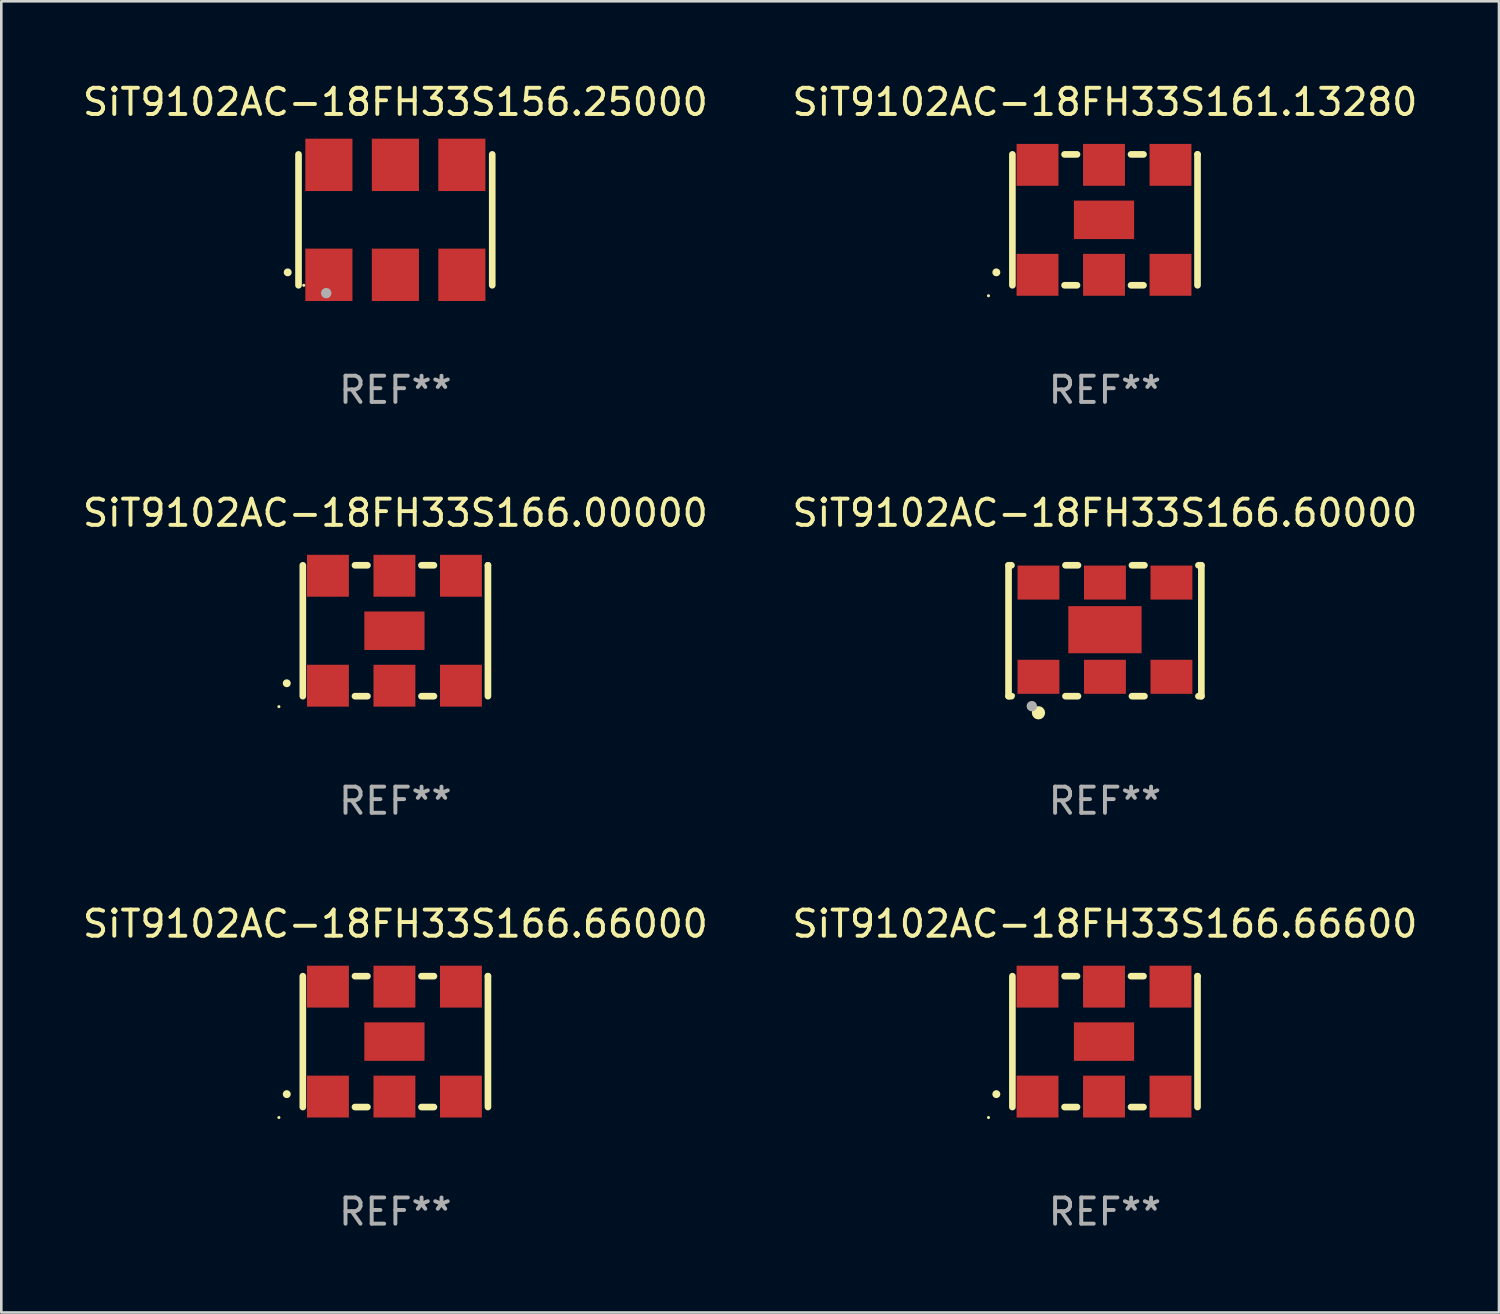
<source format=kicad_pcb>
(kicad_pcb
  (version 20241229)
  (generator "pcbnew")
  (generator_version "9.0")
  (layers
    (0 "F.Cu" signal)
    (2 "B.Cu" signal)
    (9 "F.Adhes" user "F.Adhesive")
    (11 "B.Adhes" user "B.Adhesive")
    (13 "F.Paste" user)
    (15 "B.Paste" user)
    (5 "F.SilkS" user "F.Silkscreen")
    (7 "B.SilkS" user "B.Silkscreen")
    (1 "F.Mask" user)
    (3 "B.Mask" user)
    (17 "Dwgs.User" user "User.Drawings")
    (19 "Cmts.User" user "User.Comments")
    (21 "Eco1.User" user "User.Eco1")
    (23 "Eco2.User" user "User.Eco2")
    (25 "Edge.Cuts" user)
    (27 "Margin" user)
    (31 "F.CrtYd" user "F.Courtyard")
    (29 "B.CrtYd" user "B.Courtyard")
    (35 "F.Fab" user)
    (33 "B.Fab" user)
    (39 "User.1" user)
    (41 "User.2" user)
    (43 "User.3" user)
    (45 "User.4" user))
  (footprint "SiT9102AC-18FH33S166.66600"
    (layer "F.Cu")
    (at 39.161 36.741)
    (property "Reference" "SiT9102AC-18FH33S166.66600" (at 0 -4.5 0) (layer "F.SilkS") (effects (font (size 1 1) (thickness 0.15))))
    (attr through_hole)
    (fp_line (start -3.536 -2.5) (end -3.536 2.5) (stroke (width 0.254) (type solid)) (layer "F.SilkS"))
    (fp_line (start -1.544 2.5) (end -1.067 2.5) (stroke (width 0.254) (type solid)) (layer "F.SilkS"))
    (fp_line (start -1.067 -2.5) (end -1.544 -2.5) (stroke (width 0.254) (type solid)) (layer "F.SilkS"))
    (fp_line (start 0.996 2.5) (end 1.473 2.5) (stroke (width 0.254) (type solid)) (layer "F.SilkS"))
    (fp_line (start 1.473 -2.5) (end 0.996 -2.5) (stroke (width 0.254) (type solid)) (layer "F.SilkS"))
    (fp_line (start 3.536 -2.5) (end 3.536 -2.5) (stroke (width 0.254) (type solid)) (layer "F.SilkS"))
    (fp_line (start 3.536 2.5) (end 3.536 -2.5) (stroke (width 0.254) (type solid)) (layer "F.SilkS"))
    (fp_arc (start -4.150432 2.006604) (mid -4.149162 2.006599) (end -4.147892 2.006604) (stroke (width 0.3) (type solid)) (layer "F.SilkS"))
    (fp_circle (center -4.449 2.9) (end -4.419 2.9) (stroke (width 0.06) (type solid)) (fill no) (layer "F.SilkS"))
    (fp_text user "REF**" (at 0 6.5 0) (layer "F.Fab") (effects (font (size 1 1) (thickness 0.15))))
    (pad "1" smd rect (at -2.576 2.1) (size 1.6 1.6) (layers "F.Cu" "F.Mask" "F.Paste"))
    (pad "2" smd rect (at -0.036 2.1) (size 1.6 1.6) (layers "F.Cu" "F.Mask" "F.Paste"))
    (pad "3" smd rect (at 2.504 2.1) (size 1.6 1.6) (layers "F.Cu" "F.Mask" "F.Paste"))
    (pad "4" smd rect (at 2.504 -2.1) (size 1.6 1.6) (layers "F.Cu" "F.Mask" "F.Paste"))
    (pad "5" smd rect (at -0.036 -2.1) (size 1.6 1.6) (layers "F.Cu" "F.Mask" "F.Paste"))
    (pad "6" smd rect (at -2.576 -2.1) (size 1.6 1.6) (layers "F.Cu" "F.Mask" "F.Paste"))
    (pad "7" smd rect (at -0.036 0) (size 2.3 1.47) (layers "F.Cu" "F.Mask" "F.Paste")))
  (footprint "SiT9102AC-18FH33S166.60000"
    (layer "F.Cu")
    (at 39.161 21.045)
    (property "Reference" "SiT9102AC-18FH33S166.60000" (at 0 -4.5 0) (layer "F.SilkS") (effects (font (size 1 1) (thickness 0.15))))
    (attr through_hole)
    (fp_line (start -3.683 -2.5) (end -3.571 -2.5) (stroke (width 0.254) (type solid)) (layer "F.SilkS"))
    (fp_line (start -3.683 2.5) (end -3.683 -2.5) (stroke (width 0.254) (type solid)) (layer "F.SilkS"))
    (fp_line (start -3.683 2.5) (end -3.571 2.5) (stroke (width 0.254) (type solid)) (layer "F.SilkS"))
    (fp_line (start -1.509 -2.5) (end -1.031 -2.5) (stroke (width 0.254) (type solid)) (layer "F.SilkS"))
    (fp_line (start -1.509 2.5) (end -1.031 2.5) (stroke (width 0.254) (type solid)) (layer "F.SilkS"))
    (fp_line (start 1.031 -2.5) (end 1.509 -2.5) (stroke (width 0.254) (type solid)) (layer "F.SilkS"))
    (fp_line (start 1.031 2.5) (end 1.509 2.5) (stroke (width 0.254) (type solid)) (layer "F.SilkS"))
    (fp_line (start 3.571 -2.5) (end 3.683 -2.5) (stroke (width 0.254) (type solid)) (layer "F.SilkS"))
    (fp_line (start 3.571 2.5) (end 3.683 2.5) (stroke (width 0.254) (type solid)) (layer "F.SilkS"))
    (fp_line (start 3.683 2.5) (end 3.683 -2.5) (stroke (width 0.254) (type solid)) (layer "F.SilkS"))
    (fp_circle (center -3.5 2.46) (end -3.47 2.46) (stroke (width 0.06) (type solid)) (fill no) (layer "F.SilkS"))
    (fp_circle (center -2.54 3.135) (end -2.413 3.135) (stroke (width 0.254) (type solid)) (fill no) (layer "F.SilkS"))
    (fp_circle (center -2.794 2.881) (end -2.694 2.881) (stroke (width 0.2) (type solid)) (fill no) (layer "F.Fab"))
    (fp_text user "REF**" (at 0 6.5 0) (layer "F.Fab") (effects (font (size 1 1) (thickness 0.15))))
    (pad "1" smd rect (at -2.54 1.76) (size 1.6 1.3) (layers "F.Cu" "F.Mask" "F.Paste"))
    (pad "2" smd rect (at 0 1.76) (size 1.6 1.3) (layers "F.Cu" "F.Mask" "F.Paste"))
    (pad "3" smd rect (at 2.54 1.76) (size 1.6 1.3) (layers "F.Cu" "F.Mask" "F.Paste"))
    (pad "4" smd rect (at 2.54 -1.84) (size 1.6 1.3) (layers "F.Cu" "F.Mask" "F.Paste"))
    (pad "5" smd rect (at 0 -1.84) (size 1.6 1.3) (layers "F.Cu" "F.Mask" "F.Paste"))
    (pad "6" smd rect (at -2.54 -1.84) (size 1.6 1.3) (layers "F.Cu" "F.Mask" "F.Paste"))
    (pad "7" smd rect (at 0 -0.04) (size 2.8 1.8) (layers "F.Cu" "F.Mask" "F.Paste")))
  (footprint "SiT9102AC-18FH33S156.25000"
    (layer "F.Cu")
    (at 12.054 5.348)
    (property "Reference" "SiT9102AC-18FH33S156.25000" (at 0 -4.5 0) (layer "F.SilkS") (effects (font (size 1 1) (thickness 0.15))))
    (attr through_hole)
    (fp_line (start -3.7 -2.5) (end -3.7 2.5) (stroke (width 0.254) (type solid)) (layer "F.SilkS"))
    (fp_line (start 3.7 -2.5) (end 3.7 2.5) (stroke (width 0.254) (type solid)) (layer "F.SilkS"))
    (fp_arc (start -4.114415 2.006604) (mid -4.113145 2.006599) (end -4.111875 2.006604) (stroke (width 0.3) (type solid)) (layer "F.SilkS"))
    (fp_circle (center -3.5 2.501) (end -3.47 2.501) (stroke (width 0.06) (type solid)) (fill no) (layer "F.SilkS"))
    (fp_circle (center -2.641 2.799) (end -2.541 2.799) (stroke (width 0.2) (type solid)) (fill no) (layer "F.Fab"))
    (fp_text user "REF**" (at 0 6.5 0) (layer "F.Fab") (effects (font (size 1 1) (thickness 0.15))))
    (pad "1" smd rect (at -2.54 2.1) (size 1.8 2) (layers "F.Cu" "F.Mask" "F.Paste"))
    (pad "2" smd rect (at 0.000394 2.1) (size 1.8 2) (layers "F.Cu" "F.Mask" "F.Paste"))
    (pad "3" smd rect (at 2.54 2.1) (size 1.8 2) (layers "F.Cu" "F.Mask" "F.Paste"))
    (pad "4" smd rect (at 2.54 -2.1) (size 1.8 2) (layers "F.Cu" "F.Mask" "F.Paste"))
    (pad "5" smd rect (at 0.000394 -2.1) (size 1.8 2) (layers "F.Cu" "F.Mask" "F.Paste"))
    (pad "6" smd rect (at -2.54 -2.1) (size 1.8 2) (layers "F.Cu" "F.Mask" "F.Paste")))
  (footprint "SiT9102AC-18FH33S166.00000"
    (layer "F.Cu")
    (at 12.054 21.045)
    (property "Reference" "SiT9102AC-18FH33S166.00000" (at 0 -4.5 0) (layer "F.SilkS") (effects (font (size 1 1) (thickness 0.15))))
    (attr through_hole)
    (fp_line (start -3.536 -2.5) (end -3.536 2.5) (stroke (width 0.254) (type solid)) (layer "F.SilkS"))
    (fp_line (start -1.544 2.5) (end -1.067 2.5) (stroke (width 0.254) (type solid)) (layer "F.SilkS"))
    (fp_line (start -1.067 -2.5) (end -1.544 -2.5) (stroke (width 0.254) (type solid)) (layer "F.SilkS"))
    (fp_line (start 0.996 2.5) (end 1.473 2.5) (stroke (width 0.254) (type solid)) (layer "F.SilkS"))
    (fp_line (start 1.473 -2.5) (end 0.996 -2.5) (stroke (width 0.254) (type solid)) (layer "F.SilkS"))
    (fp_line (start 3.536 -2.5) (end 3.536 -2.5) (stroke (width 0.254) (type solid)) (layer "F.SilkS"))
    (fp_line (start 3.536 2.5) (end 3.536 -2.5) (stroke (width 0.254) (type solid)) (layer "F.SilkS"))
    (fp_arc (start -4.150432 2.006604) (mid -4.149162 2.006599) (end -4.147892 2.006604) (stroke (width 0.3) (type solid)) (layer "F.SilkS"))
    (fp_circle (center -4.449 2.9) (end -4.419 2.9) (stroke (width 0.06) (type solid)) (fill no) (layer "F.SilkS"))
    (fp_text user "REF**" (at 0 6.5 0) (layer "F.Fab") (effects (font (size 1 1) (thickness 0.15))))
    (pad "1" smd rect (at -2.576 2.1) (size 1.6 1.6) (layers "F.Cu" "F.Mask" "F.Paste"))
    (pad "2" smd rect (at -0.036 2.1) (size 1.6 1.6) (layers "F.Cu" "F.Mask" "F.Paste"))
    (pad "3" smd rect (at 2.504 2.1) (size 1.6 1.6) (layers "F.Cu" "F.Mask" "F.Paste"))
    (pad "4" smd rect (at 2.504 -2.1) (size 1.6 1.6) (layers "F.Cu" "F.Mask" "F.Paste"))
    (pad "5" smd rect (at -0.036 -2.1) (size 1.6 1.6) (layers "F.Cu" "F.Mask" "F.Paste"))
    (pad "6" smd rect (at -2.576 -2.1) (size 1.6 1.6) (layers "F.Cu" "F.Mask" "F.Paste"))
    (pad "7" smd rect (at -0.036 0) (size 2.3 1.47) (layers "F.Cu" "F.Mask" "F.Paste")))
  (footprint "SiT9102AC-18FH33S161.13280"
    (layer "F.Cu")
    (at 39.161 5.348)
    (property "Reference" "SiT9102AC-18FH33S161.13280" (at 0 -4.5 0) (layer "F.SilkS") (effects (font (size 1 1) (thickness 0.15))))
    (attr through_hole)
    (fp_line (start -3.536 -2.5) (end -3.536 2.5) (stroke (width 0.254) (type solid)) (layer "F.SilkS"))
    (fp_line (start -1.544 2.5) (end -1.067 2.5) (stroke (width 0.254) (type solid)) (layer "F.SilkS"))
    (fp_line (start -1.067 -2.5) (end -1.544 -2.5) (stroke (width 0.254) (type solid)) (layer "F.SilkS"))
    (fp_line (start 0.996 2.5) (end 1.473 2.5) (stroke (width 0.254) (type solid)) (layer "F.SilkS"))
    (fp_line (start 1.473 -2.5) (end 0.996 -2.5) (stroke (width 0.254) (type solid)) (layer "F.SilkS"))
    (fp_line (start 3.536 -2.5) (end 3.536 -2.5) (stroke (width 0.254) (type solid)) (layer "F.SilkS"))
    (fp_line (start 3.536 2.5) (end 3.536 -2.5) (stroke (width 0.254) (type solid)) (layer "F.SilkS"))
    (fp_arc (start -4.150432 2.006604) (mid -4.149162 2.006599) (end -4.147892 2.006604) (stroke (width 0.3) (type solid)) (layer "F.SilkS"))
    (fp_circle (center -4.449 2.9) (end -4.419 2.9) (stroke (width 0.06) (type solid)) (fill no) (layer "F.SilkS"))
    (fp_text user "REF**" (at 0 6.5 0) (layer "F.Fab") (effects (font (size 1 1) (thickness 0.15))))
    (pad "1" smd rect (at -2.576 2.1) (size 1.6 1.6) (layers "F.Cu" "F.Mask" "F.Paste"))
    (pad "2" smd rect (at -0.036 2.1) (size 1.6 1.6) (layers "F.Cu" "F.Mask" "F.Paste"))
    (pad "3" smd rect (at 2.504 2.1) (size 1.6 1.6) (layers "F.Cu" "F.Mask" "F.Paste"))
    (pad "4" smd rect (at 2.504 -2.1) (size 1.6 1.6) (layers "F.Cu" "F.Mask" "F.Paste"))
    (pad "5" smd rect (at -0.036 -2.1) (size 1.6 1.6) (layers "F.Cu" "F.Mask" "F.Paste"))
    (pad "6" smd rect (at -2.576 -2.1) (size 1.6 1.6) (layers "F.Cu" "F.Mask" "F.Paste"))
    (pad "7" smd rect (at -0.036 0) (size 2.3 1.47) (layers "F.Cu" "F.Mask" "F.Paste")))
  (footprint "SiT9102AC-18FH33S166.66000"
    (layer "F.Cu")
    (at 12.054 36.741)
    (property "Reference" "SiT9102AC-18FH33S166.66000" (at 0 -4.5 0) (layer "F.SilkS") (effects (font (size 1 1) (thickness 0.15))))
    (attr through_hole)
    (fp_line (start -3.536 -2.5) (end -3.536 2.5) (stroke (width 0.254) (type solid)) (layer "F.SilkS"))
    (fp_line (start -1.544 2.5) (end -1.067 2.5) (stroke (width 0.254) (type solid)) (layer "F.SilkS"))
    (fp_line (start -1.067 -2.5) (end -1.544 -2.5) (stroke (width 0.254) (type solid)) (layer "F.SilkS"))
    (fp_line (start 0.996 2.5) (end 1.473 2.5) (stroke (width 0.254) (type solid)) (layer "F.SilkS"))
    (fp_line (start 1.473 -2.5) (end 0.996 -2.5) (stroke (width 0.254) (type solid)) (layer "F.SilkS"))
    (fp_line (start 3.536 -2.5) (end 3.536 -2.5) (stroke (width 0.254) (type solid)) (layer "F.SilkS"))
    (fp_line (start 3.536 2.5) (end 3.536 -2.5) (stroke (width 0.254) (type solid)) (layer "F.SilkS"))
    (fp_arc (start -4.150432 2.006604) (mid -4.149162 2.006599) (end -4.147892 2.006604) (stroke (width 0.3) (type solid)) (layer "F.SilkS"))
    (fp_circle (center -4.449 2.9) (end -4.419 2.9) (stroke (width 0.06) (type solid)) (fill no) (layer "F.SilkS"))
    (fp_text user "REF**" (at 0 6.5 0) (layer "F.Fab") (effects (font (size 1 1) (thickness 0.15))))
    (pad "1" smd rect (at -2.576 2.1) (size 1.6 1.6) (layers "F.Cu" "F.Mask" "F.Paste"))
    (pad "2" smd rect (at -0.036 2.1) (size 1.6 1.6) (layers "F.Cu" "F.Mask" "F.Paste"))
    (pad "3" smd rect (at 2.504 2.1) (size 1.6 1.6) (layers "F.Cu" "F.Mask" "F.Paste"))
    (pad "4" smd rect (at 2.504 -2.1) (size 1.6 1.6) (layers "F.Cu" "F.Mask" "F.Paste"))
    (pad "5" smd rect (at -0.036 -2.1) (size 1.6 1.6) (layers "F.Cu" "F.Mask" "F.Paste"))
    (pad "6" smd rect (at -2.576 -2.1) (size 1.6 1.6) (layers "F.Cu" "F.Mask" "F.Paste"))
    (pad "7" smd rect (at -0.036 0) (size 2.3 1.47) (layers "F.Cu" "F.Mask" "F.Paste")))
  (gr_rect
    (start -3 -3)
    (end 54.214 47.09)
    (stroke (width 0.1) (type default))
    (fill no)
    (layer "Edge.Cuts")))
</source>
